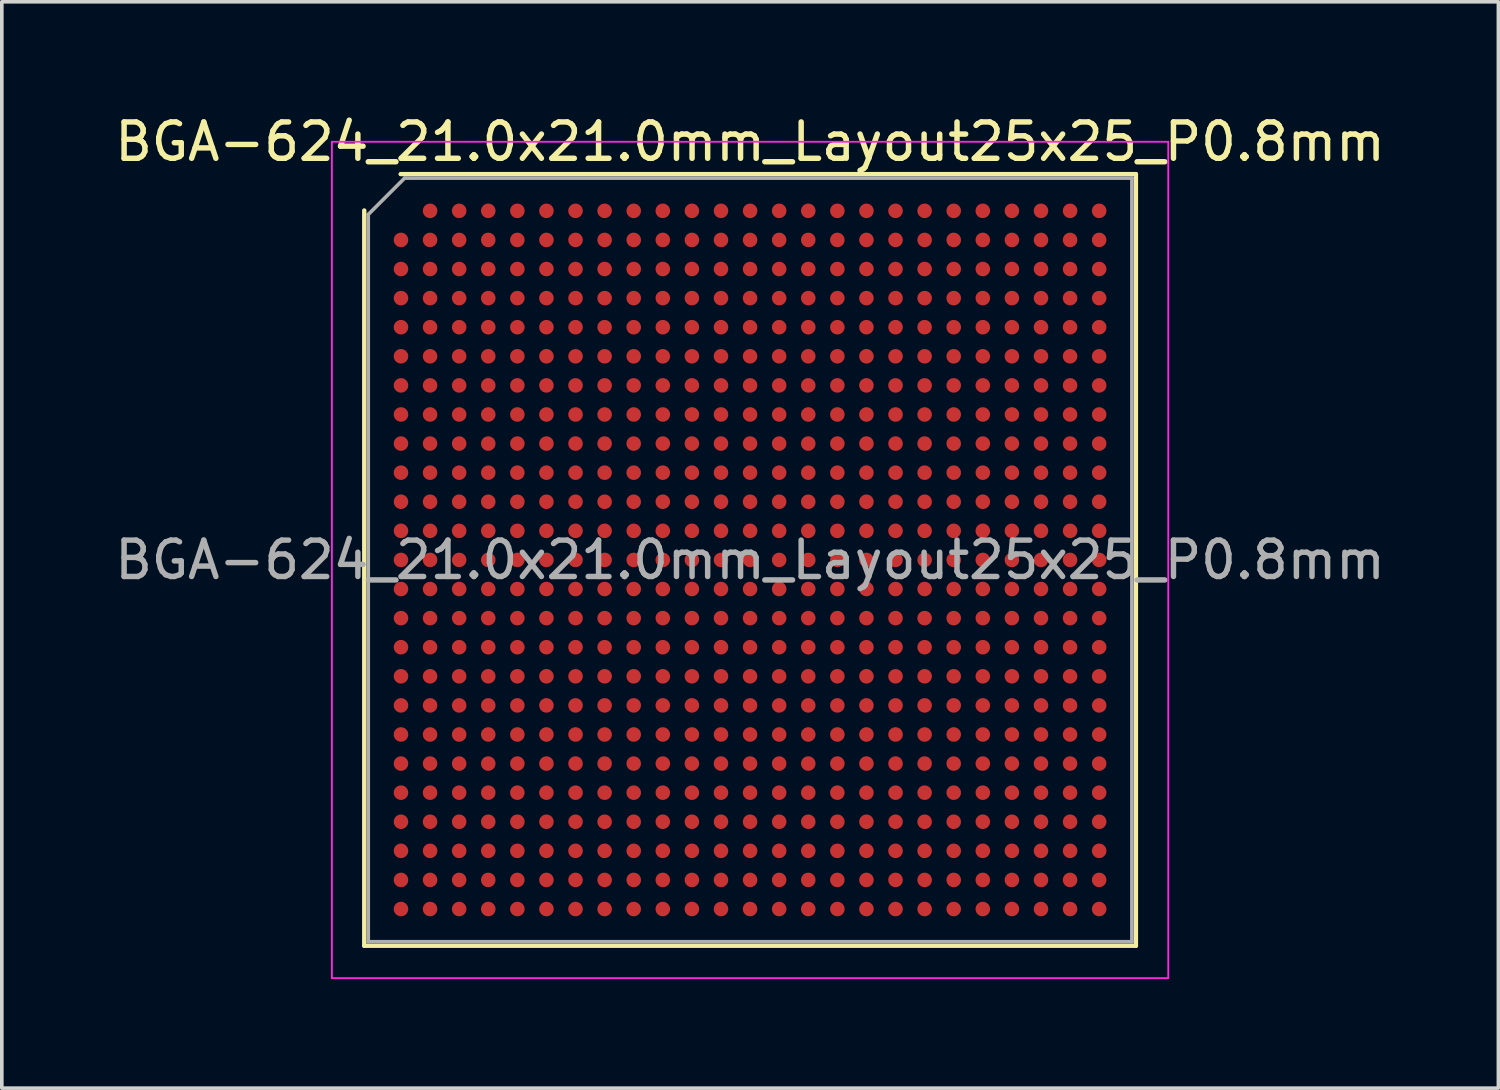
<source format=kicad_pcb>
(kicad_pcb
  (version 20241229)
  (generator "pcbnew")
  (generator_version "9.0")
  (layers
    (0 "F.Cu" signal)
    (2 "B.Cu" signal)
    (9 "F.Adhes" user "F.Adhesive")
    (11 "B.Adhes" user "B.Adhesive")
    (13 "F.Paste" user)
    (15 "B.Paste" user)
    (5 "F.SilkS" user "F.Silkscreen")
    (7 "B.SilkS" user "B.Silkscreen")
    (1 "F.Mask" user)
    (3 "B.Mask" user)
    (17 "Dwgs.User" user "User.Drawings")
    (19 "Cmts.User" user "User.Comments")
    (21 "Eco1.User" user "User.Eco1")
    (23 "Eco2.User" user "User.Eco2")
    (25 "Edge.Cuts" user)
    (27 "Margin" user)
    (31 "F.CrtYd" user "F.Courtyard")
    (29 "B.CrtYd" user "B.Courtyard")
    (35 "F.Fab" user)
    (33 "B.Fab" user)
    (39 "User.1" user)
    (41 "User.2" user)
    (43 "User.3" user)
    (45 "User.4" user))
  (footprint "BGA-624_21.0x21.0mm_Layout25x25_P0.8mm"
    (layer "F.Cu")
    (at 17.577 12.348)
    (property "Reference" "BGA-624_21.0x21.0mm_Layout25x25_P0.8mm" (at 0 -11.5 0) (layer "F.SilkS") (effects (font (size 1 1) (thickness 0.15))))
    (attr smd)
    (fp_line (start -10.61 10.61) (end -10.61 -9.61) (stroke (width 0.12) (type solid)) (layer "F.SilkS"))
    (fp_line (start -9.61 -10.61) (end 10.61 -10.61) (stroke (width 0.12) (type solid)) (layer "F.SilkS"))
    (fp_line (start 10.61 -10.61) (end 10.61 10.61) (stroke (width 0.12) (type solid)) (layer "F.SilkS"))
    (fp_line (start 10.61 10.61) (end -10.61 10.61) (stroke (width 0.12) (type solid)) (layer "F.SilkS"))
    (fp_line (start -11.5 -11.5) (end -11.5 11.5) (stroke (width 0.05) (type solid)) (layer "F.CrtYd"))
    (fp_line (start -11.5 11.5) (end 11.5 11.5) (stroke (width 0.05) (type solid)) (layer "F.CrtYd"))
    (fp_line (start 11.5 -11.5) (end -11.5 -11.5) (stroke (width 0.05) (type solid)) (layer "F.CrtYd"))
    (fp_line (start 11.5 11.5) (end 11.5 -11.5) (stroke (width 0.05) (type solid)) (layer "F.CrtYd"))
    (fp_line (start -10.5 -9.5) (end -9.5 -10.5) (stroke (width 0.1) (type solid)) (layer "F.Fab"))
    (fp_line (start -10.5 10.5) (end -10.5 -9.5) (stroke (width 0.1) (type solid)) (layer "F.Fab"))
    (fp_line (start -9.5 -10.5) (end 10.5 -10.5) (stroke (width 0.1) (type solid)) (layer "F.Fab"))
    (fp_line (start 10.5 -10.5) (end 10.5 10.5) (stroke (width 0.1) (type solid)) (layer "F.Fab"))
    (fp_line (start 10.5 10.5) (end -10.5 10.5) (stroke (width 0.1) (type solid)) (layer "F.Fab"))
    (fp_text user "${REFERENCE}" (at 0 0 0) (layer "F.Fab") (effects (font (size 1 1) (thickness 0.15))))
    (pad "A2" smd circle (at -8.8 -9.6) (size 0.4 0.4) (layers "F.Cu" "F.Mask" "F.Paste"))
    (pad "A3" smd circle (at -8 -9.6) (size 0.4 0.4) (layers "F.Cu" "F.Mask" "F.Paste"))
    (pad "A4" smd circle (at -7.2 -9.6) (size 0.4 0.4) (layers "F.Cu" "F.Mask" "F.Paste"))
    (pad "A5" smd circle (at -6.4 -9.6) (size 0.4 0.4) (layers "F.Cu" "F.Mask" "F.Paste"))
    (pad "A6" smd circle (at -5.6 -9.6) (size 0.4 0.4) (layers "F.Cu" "F.Mask" "F.Paste"))
    (pad "A7" smd circle (at -4.8 -9.6) (size 0.4 0.4) (layers "F.Cu" "F.Mask" "F.Paste"))
    (pad "A8" smd circle (at -4 -9.6) (size 0.4 0.4) (layers "F.Cu" "F.Mask" "F.Paste"))
    (pad "A9" smd circle (at -3.2 -9.6) (size 0.4 0.4) (layers "F.Cu" "F.Mask" "F.Paste"))
    (pad "A10" smd circle (at -2.4 -9.6) (size 0.4 0.4) (layers "F.Cu" "F.Mask" "F.Paste"))
    (pad "A11" smd circle (at -1.6 -9.6) (size 0.4 0.4) (layers "F.Cu" "F.Mask" "F.Paste"))
    (pad "A12" smd circle (at -0.8 -9.6) (size 0.4 0.4) (layers "F.Cu" "F.Mask" "F.Paste"))
    (pad "A13" smd circle (at 0 -9.6) (size 0.4 0.4) (layers "F.Cu" "F.Mask" "F.Paste"))
    (pad "A14" smd circle (at 0.8 -9.6) (size 0.4 0.4) (layers "F.Cu" "F.Mask" "F.Paste"))
    (pad "A15" smd circle (at 1.6 -9.6) (size 0.4 0.4) (layers "F.Cu" "F.Mask" "F.Paste"))
    (pad "A16" smd circle (at 2.4 -9.6) (size 0.4 0.4) (layers "F.Cu" "F.Mask" "F.Paste"))
    (pad "A17" smd circle (at 3.2 -9.6) (size 0.4 0.4) (layers "F.Cu" "F.Mask" "F.Paste"))
    (pad "A18" smd circle (at 4 -9.6) (size 0.4 0.4) (layers "F.Cu" "F.Mask" "F.Paste"))
    (pad "A19" smd circle (at 4.8 -9.6) (size 0.4 0.4) (layers "F.Cu" "F.Mask" "F.Paste"))
    (pad "A20" smd circle (at 5.6 -9.6) (size 0.4 0.4) (layers "F.Cu" "F.Mask" "F.Paste"))
    (pad "A21" smd circle (at 6.4 -9.6) (size 0.4 0.4) (layers "F.Cu" "F.Mask" "F.Paste"))
    (pad "A22" smd circle (at 7.2 -9.6) (size 0.4 0.4) (layers "F.Cu" "F.Mask" "F.Paste"))
    (pad "A23" smd circle (at 8 -9.6) (size 0.4 0.4) (layers "F.Cu" "F.Mask" "F.Paste"))
    (pad "A24" smd circle (at 8.8 -9.6) (size 0.4 0.4) (layers "F.Cu" "F.Mask" "F.Paste"))
    (pad "A25" smd circle (at 9.6 -9.6) (size 0.4 0.4) (layers "F.Cu" "F.Mask" "F.Paste"))
    (pad "AA1" smd circle (at -9.6 6.4) (size 0.4 0.4) (layers "F.Cu" "F.Mask" "F.Paste"))
    (pad "AA2" smd circle (at -8.8 6.4) (size 0.4 0.4) (layers "F.Cu" "F.Mask" "F.Paste"))
    (pad "AA3" smd circle (at -8 6.4) (size 0.4 0.4) (layers "F.Cu" "F.Mask" "F.Paste"))
    (pad "AA4" smd circle (at -7.2 6.4) (size 0.4 0.4) (layers "F.Cu" "F.Mask" "F.Paste"))
    (pad "AA5" smd circle (at -6.4 6.4) (size 0.4 0.4) (layers "F.Cu" "F.Mask" "F.Paste"))
    (pad "AA6" smd circle (at -5.6 6.4) (size 0.4 0.4) (layers "F.Cu" "F.Mask" "F.Paste"))
    (pad "AA7" smd circle (at -4.8 6.4) (size 0.4 0.4) (layers "F.Cu" "F.Mask" "F.Paste"))
    (pad "AA8" smd circle (at -4 6.4) (size 0.4 0.4) (layers "F.Cu" "F.Mask" "F.Paste"))
    (pad "AA9" smd circle (at -3.2 6.4) (size 0.4 0.4) (layers "F.Cu" "F.Mask" "F.Paste"))
    (pad "AA10" smd circle (at -2.4 6.4) (size 0.4 0.4) (layers "F.Cu" "F.Mask" "F.Paste"))
    (pad "AA11" smd circle (at -1.6 6.4) (size 0.4 0.4) (layers "F.Cu" "F.Mask" "F.Paste"))
    (pad "AA12" smd circle (at -0.8 6.4) (size 0.4 0.4) (layers "F.Cu" "F.Mask" "F.Paste"))
    (pad "AA13" smd circle (at 0 6.4) (size 0.4 0.4) (layers "F.Cu" "F.Mask" "F.Paste"))
    (pad "AA14" smd circle (at 0.8 6.4) (size 0.4 0.4) (layers "F.Cu" "F.Mask" "F.Paste"))
    (pad "AA15" smd circle (at 1.6 6.4) (size 0.4 0.4) (layers "F.Cu" "F.Mask" "F.Paste"))
    (pad "AA16" smd circle (at 2.4 6.4) (size 0.4 0.4) (layers "F.Cu" "F.Mask" "F.Paste"))
    (pad "AA17" smd circle (at 3.2 6.4) (size 0.4 0.4) (layers "F.Cu" "F.Mask" "F.Paste"))
    (pad "AA18" smd circle (at 4 6.4) (size 0.4 0.4) (layers "F.Cu" "F.Mask" "F.Paste"))
    (pad "AA19" smd circle (at 4.8 6.4) (size 0.4 0.4) (layers "F.Cu" "F.Mask" "F.Paste"))
    (pad "AA20" smd circle (at 5.6 6.4) (size 0.4 0.4) (layers "F.Cu" "F.Mask" "F.Paste"))
    (pad "AA21" smd circle (at 6.4 6.4) (size 0.4 0.4) (layers "F.Cu" "F.Mask" "F.Paste"))
    (pad "AA22" smd circle (at 7.2 6.4) (size 0.4 0.4) (layers "F.Cu" "F.Mask" "F.Paste"))
    (pad "AA23" smd circle (at 8 6.4) (size 0.4 0.4) (layers "F.Cu" "F.Mask" "F.Paste"))
    (pad "AA24" smd circle (at 8.8 6.4) (size 0.4 0.4) (layers "F.Cu" "F.Mask" "F.Paste"))
    (pad "AA25" smd circle (at 9.6 6.4) (size 0.4 0.4) (layers "F.Cu" "F.Mask" "F.Paste"))
    (pad "AB1" smd circle (at -9.6 7.2) (size 0.4 0.4) (layers "F.Cu" "F.Mask" "F.Paste"))
    (pad "AB2" smd circle (at -8.8 7.2) (size 0.4 0.4) (layers "F.Cu" "F.Mask" "F.Paste"))
    (pad "AB3" smd circle (at -8 7.2) (size 0.4 0.4) (layers "F.Cu" "F.Mask" "F.Paste"))
    (pad "AB4" smd circle (at -7.2 7.2) (size 0.4 0.4) (layers "F.Cu" "F.Mask" "F.Paste"))
    (pad "AB5" smd circle (at -6.4 7.2) (size 0.4 0.4) (layers "F.Cu" "F.Mask" "F.Paste"))
    (pad "AB6" smd circle (at -5.6 7.2) (size 0.4 0.4) (layers "F.Cu" "F.Mask" "F.Paste"))
    (pad "AB7" smd circle (at -4.8 7.2) (size 0.4 0.4) (layers "F.Cu" "F.Mask" "F.Paste"))
    (pad "AB8" smd circle (at -4 7.2) (size 0.4 0.4) (layers "F.Cu" "F.Mask" "F.Paste"))
    (pad "AB9" smd circle (at -3.2 7.2) (size 0.4 0.4) (layers "F.Cu" "F.Mask" "F.Paste"))
    (pad "AB10" smd circle (at -2.4 7.2) (size 0.4 0.4) (layers "F.Cu" "F.Mask" "F.Paste"))
    (pad "AB11" smd circle (at -1.6 7.2) (size 0.4 0.4) (layers "F.Cu" "F.Mask" "F.Paste"))
    (pad "AB12" smd circle (at -0.8 7.2) (size 0.4 0.4) (layers "F.Cu" "F.Mask" "F.Paste"))
    (pad "AB13" smd circle (at 0 7.2) (size 0.4 0.4) (layers "F.Cu" "F.Mask" "F.Paste"))
    (pad "AB14" smd circle (at 0.8 7.2) (size 0.4 0.4) (layers "F.Cu" "F.Mask" "F.Paste"))
    (pad "AB15" smd circle (at 1.6 7.2) (size 0.4 0.4) (layers "F.Cu" "F.Mask" "F.Paste"))
    (pad "AB16" smd circle (at 2.4 7.2) (size 0.4 0.4) (layers "F.Cu" "F.Mask" "F.Paste"))
    (pad "AB17" smd circle (at 3.2 7.2) (size 0.4 0.4) (layers "F.Cu" "F.Mask" "F.Paste"))
    (pad "AB18" smd circle (at 4 7.2) (size 0.4 0.4) (layers "F.Cu" "F.Mask" "F.Paste"))
    (pad "AB19" smd circle (at 4.8 7.2) (size 0.4 0.4) (layers "F.Cu" "F.Mask" "F.Paste"))
    (pad "AB20" smd circle (at 5.6 7.2) (size 0.4 0.4) (layers "F.Cu" "F.Mask" "F.Paste"))
    (pad "AB21" smd circle (at 6.4 7.2) (size 0.4 0.4) (layers "F.Cu" "F.Mask" "F.Paste"))
    (pad "AB22" smd circle (at 7.2 7.2) (size 0.4 0.4) (layers "F.Cu" "F.Mask" "F.Paste"))
    (pad "AB23" smd circle (at 8 7.2) (size 0.4 0.4) (layers "F.Cu" "F.Mask" "F.Paste"))
    (pad "AB24" smd circle (at 8.8 7.2) (size 0.4 0.4) (layers "F.Cu" "F.Mask" "F.Paste"))
    (pad "AB25" smd circle (at 9.6 7.2) (size 0.4 0.4) (layers "F.Cu" "F.Mask" "F.Paste"))
    (pad "AC1" smd circle (at -9.6 8) (size 0.4 0.4) (layers "F.Cu" "F.Mask" "F.Paste"))
    (pad "AC2" smd circle (at -8.8 8) (size 0.4 0.4) (layers "F.Cu" "F.Mask" "F.Paste"))
    (pad "AC3" smd circle (at -8 8) (size 0.4 0.4) (layers "F.Cu" "F.Mask" "F.Paste"))
    (pad "AC4" smd circle (at -7.2 8) (size 0.4 0.4) (layers "F.Cu" "F.Mask" "F.Paste"))
    (pad "AC5" smd circle (at -6.4 8) (size 0.4 0.4) (layers "F.Cu" "F.Mask" "F.Paste"))
    (pad "AC6" smd circle (at -5.6 8) (size 0.4 0.4) (layers "F.Cu" "F.Mask" "F.Paste"))
    (pad "AC7" smd circle (at -4.8 8) (size 0.4 0.4) (layers "F.Cu" "F.Mask" "F.Paste"))
    (pad "AC8" smd circle (at -4 8) (size 0.4 0.4) (layers "F.Cu" "F.Mask" "F.Paste"))
    (pad "AC9" smd circle (at -3.2 8) (size 0.4 0.4) (layers "F.Cu" "F.Mask" "F.Paste"))
    (pad "AC10" smd circle (at -2.4 8) (size 0.4 0.4) (layers "F.Cu" "F.Mask" "F.Paste"))
    (pad "AC11" smd circle (at -1.6 8) (size 0.4 0.4) (layers "F.Cu" "F.Mask" "F.Paste"))
    (pad "AC12" smd circle (at -0.8 8) (size 0.4 0.4) (layers "F.Cu" "F.Mask" "F.Paste"))
    (pad "AC13" smd circle (at 0 8) (size 0.4 0.4) (layers "F.Cu" "F.Mask" "F.Paste"))
    (pad "AC14" smd circle (at 0.8 8) (size 0.4 0.4) (layers "F.Cu" "F.Mask" "F.Paste"))
    (pad "AC15" smd circle (at 1.6 8) (size 0.4 0.4) (layers "F.Cu" "F.Mask" "F.Paste"))
    (pad "AC16" smd circle (at 2.4 8) (size 0.4 0.4) (layers "F.Cu" "F.Mask" "F.Paste"))
    (pad "AC17" smd circle (at 3.2 8) (size 0.4 0.4) (layers "F.Cu" "F.Mask" "F.Paste"))
    (pad "AC18" smd circle (at 4 8) (size 0.4 0.4) (layers "F.Cu" "F.Mask" "F.Paste"))
    (pad "AC19" smd circle (at 4.8 8) (size 0.4 0.4) (layers "F.Cu" "F.Mask" "F.Paste"))
    (pad "AC20" smd circle (at 5.6 8) (size 0.4 0.4) (layers "F.Cu" "F.Mask" "F.Paste"))
    (pad "AC21" smd circle (at 6.4 8) (size 0.4 0.4) (layers "F.Cu" "F.Mask" "F.Paste"))
    (pad "AC22" smd circle (at 7.2 8) (size 0.4 0.4) (layers "F.Cu" "F.Mask" "F.Paste"))
    (pad "AC23" smd circle (at 8 8) (size 0.4 0.4) (layers "F.Cu" "F.Mask" "F.Paste"))
    (pad "AC24" smd circle (at 8.8 8) (size 0.4 0.4) (layers "F.Cu" "F.Mask" "F.Paste"))
    (pad "AC25" smd circle (at 9.6 8) (size 0.4 0.4) (layers "F.Cu" "F.Mask" "F.Paste"))
    (pad "AD1" smd circle (at -9.6 8.8) (size 0.4 0.4) (layers "F.Cu" "F.Mask" "F.Paste"))
    (pad "AD2" smd circle (at -8.8 8.8) (size 0.4 0.4) (layers "F.Cu" "F.Mask" "F.Paste"))
    (pad "AD3" smd circle (at -8 8.8) (size 0.4 0.4) (layers "F.Cu" "F.Mask" "F.Paste"))
    (pad "AD4" smd circle (at -7.2 8.8) (size 0.4 0.4) (layers "F.Cu" "F.Mask" "F.Paste"))
    (pad "AD5" smd circle (at -6.4 8.8) (size 0.4 0.4) (layers "F.Cu" "F.Mask" "F.Paste"))
    (pad "AD6" smd circle (at -5.6 8.8) (size 0.4 0.4) (layers "F.Cu" "F.Mask" "F.Paste"))
    (pad "AD7" smd circle (at -4.8 8.8) (size 0.4 0.4) (layers "F.Cu" "F.Mask" "F.Paste"))
    (pad "AD8" smd circle (at -4 8.8) (size 0.4 0.4) (layers "F.Cu" "F.Mask" "F.Paste"))
    (pad "AD9" smd circle (at -3.2 8.8) (size 0.4 0.4) (layers "F.Cu" "F.Mask" "F.Paste"))
    (pad "AD10" smd circle (at -2.4 8.8) (size 0.4 0.4) (layers "F.Cu" "F.Mask" "F.Paste"))
    (pad "AD11" smd circle (at -1.6 8.8) (size 0.4 0.4) (layers "F.Cu" "F.Mask" "F.Paste"))
    (pad "AD12" smd circle (at -0.8 8.8) (size 0.4 0.4) (layers "F.Cu" "F.Mask" "F.Paste"))
    (pad "AD13" smd circle (at 0 8.8) (size 0.4 0.4) (layers "F.Cu" "F.Mask" "F.Paste"))
    (pad "AD14" smd circle (at 0.8 8.8) (size 0.4 0.4) (layers "F.Cu" "F.Mask" "F.Paste"))
    (pad "AD15" smd circle (at 1.6 8.8) (size 0.4 0.4) (layers "F.Cu" "F.Mask" "F.Paste"))
    (pad "AD16" smd circle (at 2.4 8.8) (size 0.4 0.4) (layers "F.Cu" "F.Mask" "F.Paste"))
    (pad "AD17" smd circle (at 3.2 8.8) (size 0.4 0.4) (layers "F.Cu" "F.Mask" "F.Paste"))
    (pad "AD18" smd circle (at 4 8.8) (size 0.4 0.4) (layers "F.Cu" "F.Mask" "F.Paste"))
    (pad "AD19" smd circle (at 4.8 8.8) (size 0.4 0.4) (layers "F.Cu" "F.Mask" "F.Paste"))
    (pad "AD20" smd circle (at 5.6 8.8) (size 0.4 0.4) (layers "F.Cu" "F.Mask" "F.Paste"))
    (pad "AD21" smd circle (at 6.4 8.8) (size 0.4 0.4) (layers "F.Cu" "F.Mask" "F.Paste"))
    (pad "AD22" smd circle (at 7.2 8.8) (size 0.4 0.4) (layers "F.Cu" "F.Mask" "F.Paste"))
    (pad "AD23" smd circle (at 8 8.8) (size 0.4 0.4) (layers "F.Cu" "F.Mask" "F.Paste"))
    (pad "AD24" smd circle (at 8.8 8.8) (size 0.4 0.4) (layers "F.Cu" "F.Mask" "F.Paste"))
    (pad "AD25" smd circle (at 9.6 8.8) (size 0.4 0.4) (layers "F.Cu" "F.Mask" "F.Paste"))
    (pad "AE1" smd circle (at -9.6 9.6) (size 0.4 0.4) (layers "F.Cu" "F.Mask" "F.Paste"))
    (pad "AE2" smd circle (at -8.8 9.6) (size 0.4 0.4) (layers "F.Cu" "F.Mask" "F.Paste"))
    (pad "AE3" smd circle (at -8 9.6) (size 0.4 0.4) (layers "F.Cu" "F.Mask" "F.Paste"))
    (pad "AE4" smd circle (at -7.2 9.6) (size 0.4 0.4) (layers "F.Cu" "F.Mask" "F.Paste"))
    (pad "AE5" smd circle (at -6.4 9.6) (size 0.4 0.4) (layers "F.Cu" "F.Mask" "F.Paste"))
    (pad "AE6" smd circle (at -5.6 9.6) (size 0.4 0.4) (layers "F.Cu" "F.Mask" "F.Paste"))
    (pad "AE7" smd circle (at -4.8 9.6) (size 0.4 0.4) (layers "F.Cu" "F.Mask" "F.Paste"))
    (pad "AE8" smd circle (at -4 9.6) (size 0.4 0.4) (layers "F.Cu" "F.Mask" "F.Paste"))
    (pad "AE9" smd circle (at -3.2 9.6) (size 0.4 0.4) (layers "F.Cu" "F.Mask" "F.Paste"))
    (pad "AE10" smd circle (at -2.4 9.6) (size 0.4 0.4) (layers "F.Cu" "F.Mask" "F.Paste"))
    (pad "AE11" smd circle (at -1.6 9.6) (size 0.4 0.4) (layers "F.Cu" "F.Mask" "F.Paste"))
    (pad "AE12" smd circle (at -0.8 9.6) (size 0.4 0.4) (layers "F.Cu" "F.Mask" "F.Paste"))
    (pad "AE13" smd circle (at 0 9.6) (size 0.4 0.4) (layers "F.Cu" "F.Mask" "F.Paste"))
    (pad "AE14" smd circle (at 0.8 9.6) (size 0.4 0.4) (layers "F.Cu" "F.Mask" "F.Paste"))
    (pad "AE15" smd circle (at 1.6 9.6) (size 0.4 0.4) (layers "F.Cu" "F.Mask" "F.Paste"))
    (pad "AE16" smd circle (at 2.4 9.6) (size 0.4 0.4) (layers "F.Cu" "F.Mask" "F.Paste"))
    (pad "AE17" smd circle (at 3.2 9.6) (size 0.4 0.4) (layers "F.Cu" "F.Mask" "F.Paste"))
    (pad "AE18" smd circle (at 4 9.6) (size 0.4 0.4) (layers "F.Cu" "F.Mask" "F.Paste"))
    (pad "AE19" smd circle (at 4.8 9.6) (size 0.4 0.4) (layers "F.Cu" "F.Mask" "F.Paste"))
    (pad "AE20" smd circle (at 5.6 9.6) (size 0.4 0.4) (layers "F.Cu" "F.Mask" "F.Paste"))
    (pad "AE21" smd circle (at 6.4 9.6) (size 0.4 0.4) (layers "F.Cu" "F.Mask" "F.Paste"))
    (pad "AE22" smd circle (at 7.2 9.6) (size 0.4 0.4) (layers "F.Cu" "F.Mask" "F.Paste"))
    (pad "AE23" smd circle (at 8 9.6) (size 0.4 0.4) (layers "F.Cu" "F.Mask" "F.Paste"))
    (pad "AE24" smd circle (at 8.8 9.6) (size 0.4 0.4) (layers "F.Cu" "F.Mask" "F.Paste"))
    (pad "AE25" smd circle (at 9.6 9.6) (size 0.4 0.4) (layers "F.Cu" "F.Mask" "F.Paste"))
    (pad "B1" smd circle (at -9.6 -8.8) (size 0.4 0.4) (layers "F.Cu" "F.Mask" "F.Paste"))
    (pad "B2" smd circle (at -8.8 -8.8) (size 0.4 0.4) (layers "F.Cu" "F.Mask" "F.Paste"))
    (pad "B3" smd circle (at -8 -8.8) (size 0.4 0.4) (layers "F.Cu" "F.Mask" "F.Paste"))
    (pad "B4" smd circle (at -7.2 -8.8) (size 0.4 0.4) (layers "F.Cu" "F.Mask" "F.Paste"))
    (pad "B5" smd circle (at -6.4 -8.8) (size 0.4 0.4) (layers "F.Cu" "F.Mask" "F.Paste"))
    (pad "B6" smd circle (at -5.6 -8.8) (size 0.4 0.4) (layers "F.Cu" "F.Mask" "F.Paste"))
    (pad "B7" smd circle (at -4.8 -8.8) (size 0.4 0.4) (layers "F.Cu" "F.Mask" "F.Paste"))
    (pad "B8" smd circle (at -4 -8.8) (size 0.4 0.4) (layers "F.Cu" "F.Mask" "F.Paste"))
    (pad "B9" smd circle (at -3.2 -8.8) (size 0.4 0.4) (layers "F.Cu" "F.Mask" "F.Paste"))
    (pad "B10" smd circle (at -2.4 -8.8) (size 0.4 0.4) (layers "F.Cu" "F.Mask" "F.Paste"))
    (pad "B11" smd circle (at -1.6 -8.8) (size 0.4 0.4) (layers "F.Cu" "F.Mask" "F.Paste"))
    (pad "B12" smd circle (at -0.8 -8.8) (size 0.4 0.4) (layers "F.Cu" "F.Mask" "F.Paste"))
    (pad "B13" smd circle (at 0 -8.8) (size 0.4 0.4) (layers "F.Cu" "F.Mask" "F.Paste"))
    (pad "B14" smd circle (at 0.8 -8.8) (size 0.4 0.4) (layers "F.Cu" "F.Mask" "F.Paste"))
    (pad "B15" smd circle (at 1.6 -8.8) (size 0.4 0.4) (layers "F.Cu" "F.Mask" "F.Paste"))
    (pad "B16" smd circle (at 2.4 -8.8) (size 0.4 0.4) (layers "F.Cu" "F.Mask" "F.Paste"))
    (pad "B17" smd circle (at 3.2 -8.8) (size 0.4 0.4) (layers "F.Cu" "F.Mask" "F.Paste"))
    (pad "B18" smd circle (at 4 -8.8) (size 0.4 0.4) (layers "F.Cu" "F.Mask" "F.Paste"))
    (pad "B19" smd circle (at 4.8 -8.8) (size 0.4 0.4) (layers "F.Cu" "F.Mask" "F.Paste"))
    (pad "B20" smd circle (at 5.6 -8.8) (size 0.4 0.4) (layers "F.Cu" "F.Mask" "F.Paste"))
    (pad "B21" smd circle (at 6.4 -8.8) (size 0.4 0.4) (layers "F.Cu" "F.Mask" "F.Paste"))
    (pad "B22" smd circle (at 7.2 -8.8) (size 0.4 0.4) (layers "F.Cu" "F.Mask" "F.Paste"))
    (pad "B23" smd circle (at 8 -8.8) (size 0.4 0.4) (layers "F.Cu" "F.Mask" "F.Paste"))
    (pad "B24" smd circle (at 8.8 -8.8) (size 0.4 0.4) (layers "F.Cu" "F.Mask" "F.Paste"))
    (pad "B25" smd circle (at 9.6 -8.8) (size 0.4 0.4) (layers "F.Cu" "F.Mask" "F.Paste"))
    (pad "C1" smd circle (at -9.6 -8) (size 0.4 0.4) (layers "F.Cu" "F.Mask" "F.Paste"))
    (pad "C2" smd circle (at -8.8 -8) (size 0.4 0.4) (layers "F.Cu" "F.Mask" "F.Paste"))
    (pad "C3" smd circle (at -8 -8) (size 0.4 0.4) (layers "F.Cu" "F.Mask" "F.Paste"))
    (pad "C4" smd circle (at -7.2 -8) (size 0.4 0.4) (layers "F.Cu" "F.Mask" "F.Paste"))
    (pad "C5" smd circle (at -6.4 -8) (size 0.4 0.4) (layers "F.Cu" "F.Mask" "F.Paste"))
    (pad "C6" smd circle (at -5.6 -8) (size 0.4 0.4) (layers "F.Cu" "F.Mask" "F.Paste"))
    (pad "C7" smd circle (at -4.8 -8) (size 0.4 0.4) (layers "F.Cu" "F.Mask" "F.Paste"))
    (pad "C8" smd circle (at -4 -8) (size 0.4 0.4) (layers "F.Cu" "F.Mask" "F.Paste"))
    (pad "C9" smd circle (at -3.2 -8) (size 0.4 0.4) (layers "F.Cu" "F.Mask" "F.Paste"))
    (pad "C10" smd circle (at -2.4 -8) (size 0.4 0.4) (layers "F.Cu" "F.Mask" "F.Paste"))
    (pad "C11" smd circle (at -1.6 -8) (size 0.4 0.4) (layers "F.Cu" "F.Mask" "F.Paste"))
    (pad "C12" smd circle (at -0.8 -8) (size 0.4 0.4) (layers "F.Cu" "F.Mask" "F.Paste"))
    (pad "C13" smd circle (at 0 -8) (size 0.4 0.4) (layers "F.Cu" "F.Mask" "F.Paste"))
    (pad "C14" smd circle (at 0.8 -8) (size 0.4 0.4) (layers "F.Cu" "F.Mask" "F.Paste"))
    (pad "C15" smd circle (at 1.6 -8) (size 0.4 0.4) (layers "F.Cu" "F.Mask" "F.Paste"))
    (pad "C16" smd circle (at 2.4 -8) (size 0.4 0.4) (layers "F.Cu" "F.Mask" "F.Paste"))
    (pad "C17" smd circle (at 3.2 -8) (size 0.4 0.4) (layers "F.Cu" "F.Mask" "F.Paste"))
    (pad "C18" smd circle (at 4 -8) (size 0.4 0.4) (layers "F.Cu" "F.Mask" "F.Paste"))
    (pad "C19" smd circle (at 4.8 -8) (size 0.4 0.4) (layers "F.Cu" "F.Mask" "F.Paste"))
    (pad "C20" smd circle (at 5.6 -8) (size 0.4 0.4) (layers "F.Cu" "F.Mask" "F.Paste"))
    (pad "C21" smd circle (at 6.4 -8) (size 0.4 0.4) (layers "F.Cu" "F.Mask" "F.Paste"))
    (pad "C22" smd circle (at 7.2 -8) (size 0.4 0.4) (layers "F.Cu" "F.Mask" "F.Paste"))
    (pad "C23" smd circle (at 8 -8) (size 0.4 0.4) (layers "F.Cu" "F.Mask" "F.Paste"))
    (pad "C24" smd circle (at 8.8 -8) (size 0.4 0.4) (layers "F.Cu" "F.Mask" "F.Paste"))
    (pad "C25" smd circle (at 9.6 -8) (size 0.4 0.4) (layers "F.Cu" "F.Mask" "F.Paste"))
    (pad "D1" smd circle (at -9.6 -7.2) (size 0.4 0.4) (layers "F.Cu" "F.Mask" "F.Paste"))
    (pad "D2" smd circle (at -8.8 -7.2) (size 0.4 0.4) (layers "F.Cu" "F.Mask" "F.Paste"))
    (pad "D3" smd circle (at -8 -7.2) (size 0.4 0.4) (layers "F.Cu" "F.Mask" "F.Paste"))
    (pad "D4" smd circle (at -7.2 -7.2) (size 0.4 0.4) (layers "F.Cu" "F.Mask" "F.Paste"))
    (pad "D5" smd circle (at -6.4 -7.2) (size 0.4 0.4) (layers "F.Cu" "F.Mask" "F.Paste"))
    (pad "D6" smd circle (at -5.6 -7.2) (size 0.4 0.4) (layers "F.Cu" "F.Mask" "F.Paste"))
    (pad "D7" smd circle (at -4.8 -7.2) (size 0.4 0.4) (layers "F.Cu" "F.Mask" "F.Paste"))
    (pad "D8" smd circle (at -4 -7.2) (size 0.4 0.4) (layers "F.Cu" "F.Mask" "F.Paste"))
    (pad "D9" smd circle (at -3.2 -7.2) (size 0.4 0.4) (layers "F.Cu" "F.Mask" "F.Paste"))
    (pad "D10" smd circle (at -2.4 -7.2) (size 0.4 0.4) (layers "F.Cu" "F.Mask" "F.Paste"))
    (pad "D11" smd circle (at -1.6 -7.2) (size 0.4 0.4) (layers "F.Cu" "F.Mask" "F.Paste"))
    (pad "D12" smd circle (at -0.8 -7.2) (size 0.4 0.4) (layers "F.Cu" "F.Mask" "F.Paste"))
    (pad "D13" smd circle (at 0 -7.2) (size 0.4 0.4) (layers "F.Cu" "F.Mask" "F.Paste"))
    (pad "D14" smd circle (at 0.8 -7.2) (size 0.4 0.4) (layers "F.Cu" "F.Mask" "F.Paste"))
    (pad "D15" smd circle (at 1.6 -7.2) (size 0.4 0.4) (layers "F.Cu" "F.Mask" "F.Paste"))
    (pad "D16" smd circle (at 2.4 -7.2) (size 0.4 0.4) (layers "F.Cu" "F.Mask" "F.Paste"))
    (pad "D17" smd circle (at 3.2 -7.2) (size 0.4 0.4) (layers "F.Cu" "F.Mask" "F.Paste"))
    (pad "D18" smd circle (at 4 -7.2) (size 0.4 0.4) (layers "F.Cu" "F.Mask" "F.Paste"))
    (pad "D19" smd circle (at 4.8 -7.2) (size 0.4 0.4) (layers "F.Cu" "F.Mask" "F.Paste"))
    (pad "D20" smd circle (at 5.6 -7.2) (size 0.4 0.4) (layers "F.Cu" "F.Mask" "F.Paste"))
    (pad "D21" smd circle (at 6.4 -7.2) (size 0.4 0.4) (layers "F.Cu" "F.Mask" "F.Paste"))
    (pad "D22" smd circle (at 7.2 -7.2) (size 0.4 0.4) (layers "F.Cu" "F.Mask" "F.Paste"))
    (pad "D23" smd circle (at 8 -7.2) (size 0.4 0.4) (layers "F.Cu" "F.Mask" "F.Paste"))
    (pad "D24" smd circle (at 8.8 -7.2) (size 0.4 0.4) (layers "F.Cu" "F.Mask" "F.Paste"))
    (pad "D25" smd circle (at 9.6 -7.2) (size 0.4 0.4) (layers "F.Cu" "F.Mask" "F.Paste"))
    (pad "E1" smd circle (at -9.6 -6.4) (size 0.4 0.4) (layers "F.Cu" "F.Mask" "F.Paste"))
    (pad "E2" smd circle (at -8.8 -6.4) (size 0.4 0.4) (layers "F.Cu" "F.Mask" "F.Paste"))
    (pad "E3" smd circle (at -8 -6.4) (size 0.4 0.4) (layers "F.Cu" "F.Mask" "F.Paste"))
    (pad "E4" smd circle (at -7.2 -6.4) (size 0.4 0.4) (layers "F.Cu" "F.Mask" "F.Paste"))
    (pad "E5" smd circle (at -6.4 -6.4) (size 0.4 0.4) (layers "F.Cu" "F.Mask" "F.Paste"))
    (pad "E6" smd circle (at -5.6 -6.4) (size 0.4 0.4) (layers "F.Cu" "F.Mask" "F.Paste"))
    (pad "E7" smd circle (at -4.8 -6.4) (size 0.4 0.4) (layers "F.Cu" "F.Mask" "F.Paste"))
    (pad "E8" smd circle (at -4 -6.4) (size 0.4 0.4) (layers "F.Cu" "F.Mask" "F.Paste"))
    (pad "E9" smd circle (at -3.2 -6.4) (size 0.4 0.4) (layers "F.Cu" "F.Mask" "F.Paste"))
    (pad "E10" smd circle (at -2.4 -6.4) (size 0.4 0.4) (layers "F.Cu" "F.Mask" "F.Paste"))
    (pad "E11" smd circle (at -1.6 -6.4) (size 0.4 0.4) (layers "F.Cu" "F.Mask" "F.Paste"))
    (pad "E12" smd circle (at -0.8 -6.4) (size 0.4 0.4) (layers "F.Cu" "F.Mask" "F.Paste"))
    (pad "E13" smd circle (at 0 -6.4) (size 0.4 0.4) (layers "F.Cu" "F.Mask" "F.Paste"))
    (pad "E14" smd circle (at 0.8 -6.4) (size 0.4 0.4) (layers "F.Cu" "F.Mask" "F.Paste"))
    (pad "E15" smd circle (at 1.6 -6.4) (size 0.4 0.4) (layers "F.Cu" "F.Mask" "F.Paste"))
    (pad "E16" smd circle (at 2.4 -6.4) (size 0.4 0.4) (layers "F.Cu" "F.Mask" "F.Paste"))
    (pad "E17" smd circle (at 3.2 -6.4) (size 0.4 0.4) (layers "F.Cu" "F.Mask" "F.Paste"))
    (pad "E18" smd circle (at 4 -6.4) (size 0.4 0.4) (layers "F.Cu" "F.Mask" "F.Paste"))
    (pad "E19" smd circle (at 4.8 -6.4) (size 0.4 0.4) (layers "F.Cu" "F.Mask" "F.Paste"))
    (pad "E20" smd circle (at 5.6 -6.4) (size 0.4 0.4) (layers "F.Cu" "F.Mask" "F.Paste"))
    (pad "E21" smd circle (at 6.4 -6.4) (size 0.4 0.4) (layers "F.Cu" "F.Mask" "F.Paste"))
    (pad "E22" smd circle (at 7.2 -6.4) (size 0.4 0.4) (layers "F.Cu" "F.Mask" "F.Paste"))
    (pad "E23" smd circle (at 8 -6.4) (size 0.4 0.4) (layers "F.Cu" "F.Mask" "F.Paste"))
    (pad "E24" smd circle (at 8.8 -6.4) (size 0.4 0.4) (layers "F.Cu" "F.Mask" "F.Paste"))
    (pad "E25" smd circle (at 9.6 -6.4) (size 0.4 0.4) (layers "F.Cu" "F.Mask" "F.Paste"))
    (pad "F1" smd circle (at -9.6 -5.6) (size 0.4 0.4) (layers "F.Cu" "F.Mask" "F.Paste"))
    (pad "F2" smd circle (at -8.8 -5.6) (size 0.4 0.4) (layers "F.Cu" "F.Mask" "F.Paste"))
    (pad "F3" smd circle (at -8 -5.6) (size 0.4 0.4) (layers "F.Cu" "F.Mask" "F.Paste"))
    (pad "F4" smd circle (at -7.2 -5.6) (size 0.4 0.4) (layers "F.Cu" "F.Mask" "F.Paste"))
    (pad "F5" smd circle (at -6.4 -5.6) (size 0.4 0.4) (layers "F.Cu" "F.Mask" "F.Paste"))
    (pad "F6" smd circle (at -5.6 -5.6) (size 0.4 0.4) (layers "F.Cu" "F.Mask" "F.Paste"))
    (pad "F7" smd circle (at -4.8 -5.6) (size 0.4 0.4) (layers "F.Cu" "F.Mask" "F.Paste"))
    (pad "F8" smd circle (at -4 -5.6) (size 0.4 0.4) (layers "F.Cu" "F.Mask" "F.Paste"))
    (pad "F9" smd circle (at -3.2 -5.6) (size 0.4 0.4) (layers "F.Cu" "F.Mask" "F.Paste"))
    (pad "F10" smd circle (at -2.4 -5.6) (size 0.4 0.4) (layers "F.Cu" "F.Mask" "F.Paste"))
    (pad "F11" smd circle (at -1.6 -5.6) (size 0.4 0.4) (layers "F.Cu" "F.Mask" "F.Paste"))
    (pad "F12" smd circle (at -0.8 -5.6) (size 0.4 0.4) (layers "F.Cu" "F.Mask" "F.Paste"))
    (pad "F13" smd circle (at 0 -5.6) (size 0.4 0.4) (layers "F.Cu" "F.Mask" "F.Paste"))
    (pad "F14" smd circle (at 0.8 -5.6) (size 0.4 0.4) (layers "F.Cu" "F.Mask" "F.Paste"))
    (pad "F15" smd circle (at 1.6 -5.6) (size 0.4 0.4) (layers "F.Cu" "F.Mask" "F.Paste"))
    (pad "F16" smd circle (at 2.4 -5.6) (size 0.4 0.4) (layers "F.Cu" "F.Mask" "F.Paste"))
    (pad "F17" smd circle (at 3.2 -5.6) (size 0.4 0.4) (layers "F.Cu" "F.Mask" "F.Paste"))
    (pad "F18" smd circle (at 4 -5.6) (size 0.4 0.4) (layers "F.Cu" "F.Mask" "F.Paste"))
    (pad "F19" smd circle (at 4.8 -5.6) (size 0.4 0.4) (layers "F.Cu" "F.Mask" "F.Paste"))
    (pad "F20" smd circle (at 5.6 -5.6) (size 0.4 0.4) (layers "F.Cu" "F.Mask" "F.Paste"))
    (pad "F21" smd circle (at 6.4 -5.6) (size 0.4 0.4) (layers "F.Cu" "F.Mask" "F.Paste"))
    (pad "F22" smd circle (at 7.2 -5.6) (size 0.4 0.4) (layers "F.Cu" "F.Mask" "F.Paste"))
    (pad "F23" smd circle (at 8 -5.6) (size 0.4 0.4) (layers "F.Cu" "F.Mask" "F.Paste"))
    (pad "F24" smd circle (at 8.8 -5.6) (size 0.4 0.4) (layers "F.Cu" "F.Mask" "F.Paste"))
    (pad "F25" smd circle (at 9.6 -5.6) (size 0.4 0.4) (layers "F.Cu" "F.Mask" "F.Paste"))
    (pad "G1" smd circle (at -9.6 -4.8) (size 0.4 0.4) (layers "F.Cu" "F.Mask" "F.Paste"))
    (pad "G2" smd circle (at -8.8 -4.8) (size 0.4 0.4) (layers "F.Cu" "F.Mask" "F.Paste"))
    (pad "G3" smd circle (at -8 -4.8) (size 0.4 0.4) (layers "F.Cu" "F.Mask" "F.Paste"))
    (pad "G4" smd circle (at -7.2 -4.8) (size 0.4 0.4) (layers "F.Cu" "F.Mask" "F.Paste"))
    (pad "G5" smd circle (at -6.4 -4.8) (size 0.4 0.4) (layers "F.Cu" "F.Mask" "F.Paste"))
    (pad "G6" smd circle (at -5.6 -4.8) (size 0.4 0.4) (layers "F.Cu" "F.Mask" "F.Paste"))
    (pad "G7" smd circle (at -4.8 -4.8) (size 0.4 0.4) (layers "F.Cu" "F.Mask" "F.Paste"))
    (pad "G8" smd circle (at -4 -4.8) (size 0.4 0.4) (layers "F.Cu" "F.Mask" "F.Paste"))
    (pad "G9" smd circle (at -3.2 -4.8) (size 0.4 0.4) (layers "F.Cu" "F.Mask" "F.Paste"))
    (pad "G10" smd circle (at -2.4 -4.8) (size 0.4 0.4) (layers "F.Cu" "F.Mask" "F.Paste"))
    (pad "G11" smd circle (at -1.6 -4.8) (size 0.4 0.4) (layers "F.Cu" "F.Mask" "F.Paste"))
    (pad "G12" smd circle (at -0.8 -4.8) (size 0.4 0.4) (layers "F.Cu" "F.Mask" "F.Paste"))
    (pad "G13" smd circle (at 0 -4.8) (size 0.4 0.4) (layers "F.Cu" "F.Mask" "F.Paste"))
    (pad "G14" smd circle (at 0.8 -4.8) (size 0.4 0.4) (layers "F.Cu" "F.Mask" "F.Paste"))
    (pad "G15" smd circle (at 1.6 -4.8) (size 0.4 0.4) (layers "F.Cu" "F.Mask" "F.Paste"))
    (pad "G16" smd circle (at 2.4 -4.8) (size 0.4 0.4) (layers "F.Cu" "F.Mask" "F.Paste"))
    (pad "G17" smd circle (at 3.2 -4.8) (size 0.4 0.4) (layers "F.Cu" "F.Mask" "F.Paste"))
    (pad "G18" smd circle (at 4 -4.8) (size 0.4 0.4) (layers "F.Cu" "F.Mask" "F.Paste"))
    (pad "G19" smd circle (at 4.8 -4.8) (size 0.4 0.4) (layers "F.Cu" "F.Mask" "F.Paste"))
    (pad "G20" smd circle (at 5.6 -4.8) (size 0.4 0.4) (layers "F.Cu" "F.Mask" "F.Paste"))
    (pad "G21" smd circle (at 6.4 -4.8) (size 0.4 0.4) (layers "F.Cu" "F.Mask" "F.Paste"))
    (pad "G22" smd circle (at 7.2 -4.8) (size 0.4 0.4) (layers "F.Cu" "F.Mask" "F.Paste"))
    (pad "G23" smd circle (at 8 -4.8) (size 0.4 0.4) (layers "F.Cu" "F.Mask" "F.Paste"))
    (pad "G24" smd circle (at 8.8 -4.8) (size 0.4 0.4) (layers "F.Cu" "F.Mask" "F.Paste"))
    (pad "G25" smd circle (at 9.6 -4.8) (size 0.4 0.4) (layers "F.Cu" "F.Mask" "F.Paste"))
    (pad "H1" smd circle (at -9.6 -4) (size 0.4 0.4) (layers "F.Cu" "F.Mask" "F.Paste"))
    (pad "H2" smd circle (at -8.8 -4) (size 0.4 0.4) (layers "F.Cu" "F.Mask" "F.Paste"))
    (pad "H3" smd circle (at -8 -4) (size 0.4 0.4) (layers "F.Cu" "F.Mask" "F.Paste"))
    (pad "H4" smd circle (at -7.2 -4) (size 0.4 0.4) (layers "F.Cu" "F.Mask" "F.Paste"))
    (pad "H5" smd circle (at -6.4 -4) (size 0.4 0.4) (layers "F.Cu" "F.Mask" "F.Paste"))
    (pad "H6" smd circle (at -5.6 -4) (size 0.4 0.4) (layers "F.Cu" "F.Mask" "F.Paste"))
    (pad "H7" smd circle (at -4.8 -4) (size 0.4 0.4) (layers "F.Cu" "F.Mask" "F.Paste"))
    (pad "H8" smd circle (at -4 -4) (size 0.4 0.4) (layers "F.Cu" "F.Mask" "F.Paste"))
    (pad "H9" smd circle (at -3.2 -4) (size 0.4 0.4) (layers "F.Cu" "F.Mask" "F.Paste"))
    (pad "H10" smd circle (at -2.4 -4) (size 0.4 0.4) (layers "F.Cu" "F.Mask" "F.Paste"))
    (pad "H11" smd circle (at -1.6 -4) (size 0.4 0.4) (layers "F.Cu" "F.Mask" "F.Paste"))
    (pad "H12" smd circle (at -0.8 -4) (size 0.4 0.4) (layers "F.Cu" "F.Mask" "F.Paste"))
    (pad "H13" smd circle (at 0 -4) (size 0.4 0.4) (layers "F.Cu" "F.Mask" "F.Paste"))
    (pad "H14" smd circle (at 0.8 -4) (size 0.4 0.4) (layers "F.Cu" "F.Mask" "F.Paste"))
    (pad "H15" smd circle (at 1.6 -4) (size 0.4 0.4) (layers "F.Cu" "F.Mask" "F.Paste"))
    (pad "H16" smd circle (at 2.4 -4) (size 0.4 0.4) (layers "F.Cu" "F.Mask" "F.Paste"))
    (pad "H17" smd circle (at 3.2 -4) (size 0.4 0.4) (layers "F.Cu" "F.Mask" "F.Paste"))
    (pad "H18" smd circle (at 4 -4) (size 0.4 0.4) (layers "F.Cu" "F.Mask" "F.Paste"))
    (pad "H19" smd circle (at 4.8 -4) (size 0.4 0.4) (layers "F.Cu" "F.Mask" "F.Paste"))
    (pad "H20" smd circle (at 5.6 -4) (size 0.4 0.4) (layers "F.Cu" "F.Mask" "F.Paste"))
    (pad "H21" smd circle (at 6.4 -4) (size 0.4 0.4) (layers "F.Cu" "F.Mask" "F.Paste"))
    (pad "H22" smd circle (at 7.2 -4) (size 0.4 0.4) (layers "F.Cu" "F.Mask" "F.Paste"))
    (pad "H23" smd circle (at 8 -4) (size 0.4 0.4) (layers "F.Cu" "F.Mask" "F.Paste"))
    (pad "H24" smd circle (at 8.8 -4) (size 0.4 0.4) (layers "F.Cu" "F.Mask" "F.Paste"))
    (pad "H25" smd circle (at 9.6 -4) (size 0.4 0.4) (layers "F.Cu" "F.Mask" "F.Paste"))
    (pad "J1" smd circle (at -9.6 -3.2) (size 0.4 0.4) (layers "F.Cu" "F.Mask" "F.Paste"))
    (pad "J2" smd circle (at -8.8 -3.2) (size 0.4 0.4) (layers "F.Cu" "F.Mask" "F.Paste"))
    (pad "J3" smd circle (at -8 -3.2) (size 0.4 0.4) (layers "F.Cu" "F.Mask" "F.Paste"))
    (pad "J4" smd circle (at -7.2 -3.2) (size 0.4 0.4) (layers "F.Cu" "F.Mask" "F.Paste"))
    (pad "J5" smd circle (at -6.4 -3.2) (size 0.4 0.4) (layers "F.Cu" "F.Mask" "F.Paste"))
    (pad "J6" smd circle (at -5.6 -3.2) (size 0.4 0.4) (layers "F.Cu" "F.Mask" "F.Paste"))
    (pad "J7" smd circle (at -4.8 -3.2) (size 0.4 0.4) (layers "F.Cu" "F.Mask" "F.Paste"))
    (pad "J8" smd circle (at -4 -3.2) (size 0.4 0.4) (layers "F.Cu" "F.Mask" "F.Paste"))
    (pad "J9" smd circle (at -3.2 -3.2) (size 0.4 0.4) (layers "F.Cu" "F.Mask" "F.Paste"))
    (pad "J10" smd circle (at -2.4 -3.2) (size 0.4 0.4) (layers "F.Cu" "F.Mask" "F.Paste"))
    (pad "J11" smd circle (at -1.6 -3.2) (size 0.4 0.4) (layers "F.Cu" "F.Mask" "F.Paste"))
    (pad "J12" smd circle (at -0.8 -3.2) (size 0.4 0.4) (layers "F.Cu" "F.Mask" "F.Paste"))
    (pad "J13" smd circle (at 0 -3.2) (size 0.4 0.4) (layers "F.Cu" "F.Mask" "F.Paste"))
    (pad "J14" smd circle (at 0.8 -3.2) (size 0.4 0.4) (layers "F.Cu" "F.Mask" "F.Paste"))
    (pad "J15" smd circle (at 1.6 -3.2) (size 0.4 0.4) (layers "F.Cu" "F.Mask" "F.Paste"))
    (pad "J16" smd circle (at 2.4 -3.2) (size 0.4 0.4) (layers "F.Cu" "F.Mask" "F.Paste"))
    (pad "J17" smd circle (at 3.2 -3.2) (size 0.4 0.4) (layers "F.Cu" "F.Mask" "F.Paste"))
    (pad "J18" smd circle (at 4 -3.2) (size 0.4 0.4) (layers "F.Cu" "F.Mask" "F.Paste"))
    (pad "J19" smd circle (at 4.8 -3.2) (size 0.4 0.4) (layers "F.Cu" "F.Mask" "F.Paste"))
    (pad "J20" smd circle (at 5.6 -3.2) (size 0.4 0.4) (layers "F.Cu" "F.Mask" "F.Paste"))
    (pad "J21" smd circle (at 6.4 -3.2) (size 0.4 0.4) (layers "F.Cu" "F.Mask" "F.Paste"))
    (pad "J22" smd circle (at 7.2 -3.2) (size 0.4 0.4) (layers "F.Cu" "F.Mask" "F.Paste"))
    (pad "J23" smd circle (at 8 -3.2) (size 0.4 0.4) (layers "F.Cu" "F.Mask" "F.Paste"))
    (pad "J24" smd circle (at 8.8 -3.2) (size 0.4 0.4) (layers "F.Cu" "F.Mask" "F.Paste"))
    (pad "J25" smd circle (at 9.6 -3.2) (size 0.4 0.4) (layers "F.Cu" "F.Mask" "F.Paste"))
    (pad "K1" smd circle (at -9.6 -2.4) (size 0.4 0.4) (layers "F.Cu" "F.Mask" "F.Paste"))
    (pad "K2" smd circle (at -8.8 -2.4) (size 0.4 0.4) (layers "F.Cu" "F.Mask" "F.Paste"))
    (pad "K3" smd circle (at -8 -2.4) (size 0.4 0.4) (layers "F.Cu" "F.Mask" "F.Paste"))
    (pad "K4" smd circle (at -7.2 -2.4) (size 0.4 0.4) (layers "F.Cu" "F.Mask" "F.Paste"))
    (pad "K5" smd circle (at -6.4 -2.4) (size 0.4 0.4) (layers "F.Cu" "F.Mask" "F.Paste"))
    (pad "K6" smd circle (at -5.6 -2.4) (size 0.4 0.4) (layers "F.Cu" "F.Mask" "F.Paste"))
    (pad "K7" smd circle (at -4.8 -2.4) (size 0.4 0.4) (layers "F.Cu" "F.Mask" "F.Paste"))
    (pad "K8" smd circle (at -4 -2.4) (size 0.4 0.4) (layers "F.Cu" "F.Mask" "F.Paste"))
    (pad "K9" smd circle (at -3.2 -2.4) (size 0.4 0.4) (layers "F.Cu" "F.Mask" "F.Paste"))
    (pad "K10" smd circle (at -2.4 -2.4) (size 0.4 0.4) (layers "F.Cu" "F.Mask" "F.Paste"))
    (pad "K11" smd circle (at -1.6 -2.4) (size 0.4 0.4) (layers "F.Cu" "F.Mask" "F.Paste"))
    (pad "K12" smd circle (at -0.8 -2.4) (size 0.4 0.4) (layers "F.Cu" "F.Mask" "F.Paste"))
    (pad "K13" smd circle (at 0 -2.4) (size 0.4 0.4) (layers "F.Cu" "F.Mask" "F.Paste"))
    (pad "K14" smd circle (at 0.8 -2.4) (size 0.4 0.4) (layers "F.Cu" "F.Mask" "F.Paste"))
    (pad "K15" smd circle (at 1.6 -2.4) (size 0.4 0.4) (layers "F.Cu" "F.Mask" "F.Paste"))
    (pad "K16" smd circle (at 2.4 -2.4) (size 0.4 0.4) (layers "F.Cu" "F.Mask" "F.Paste"))
    (pad "K17" smd circle (at 3.2 -2.4) (size 0.4 0.4) (layers "F.Cu" "F.Mask" "F.Paste"))
    (pad "K18" smd circle (at 4 -2.4) (size 0.4 0.4) (layers "F.Cu" "F.Mask" "F.Paste"))
    (pad "K19" smd circle (at 4.8 -2.4) (size 0.4 0.4) (layers "F.Cu" "F.Mask" "F.Paste"))
    (pad "K20" smd circle (at 5.6 -2.4) (size 0.4 0.4) (layers "F.Cu" "F.Mask" "F.Paste"))
    (pad "K21" smd circle (at 6.4 -2.4) (size 0.4 0.4) (layers "F.Cu" "F.Mask" "F.Paste"))
    (pad "K22" smd circle (at 7.2 -2.4) (size 0.4 0.4) (layers "F.Cu" "F.Mask" "F.Paste"))
    (pad "K23" smd circle (at 8 -2.4) (size 0.4 0.4) (layers "F.Cu" "F.Mask" "F.Paste"))
    (pad "K24" smd circle (at 8.8 -2.4) (size 0.4 0.4) (layers "F.Cu" "F.Mask" "F.Paste"))
    (pad "K25" smd circle (at 9.6 -2.4) (size 0.4 0.4) (layers "F.Cu" "F.Mask" "F.Paste"))
    (pad "L1" smd circle (at -9.6 -1.6) (size 0.4 0.4) (layers "F.Cu" "F.Mask" "F.Paste"))
    (pad "L2" smd circle (at -8.8 -1.6) (size 0.4 0.4) (layers "F.Cu" "F.Mask" "F.Paste"))
    (pad "L3" smd circle (at -8 -1.6) (size 0.4 0.4) (layers "F.Cu" "F.Mask" "F.Paste"))
    (pad "L4" smd circle (at -7.2 -1.6) (size 0.4 0.4) (layers "F.Cu" "F.Mask" "F.Paste"))
    (pad "L5" smd circle (at -6.4 -1.6) (size 0.4 0.4) (layers "F.Cu" "F.Mask" "F.Paste"))
    (pad "L6" smd circle (at -5.6 -1.6) (size 0.4 0.4) (layers "F.Cu" "F.Mask" "F.Paste"))
    (pad "L7" smd circle (at -4.8 -1.6) (size 0.4 0.4) (layers "F.Cu" "F.Mask" "F.Paste"))
    (pad "L8" smd circle (at -4 -1.6) (size 0.4 0.4) (layers "F.Cu" "F.Mask" "F.Paste"))
    (pad "L9" smd circle (at -3.2 -1.6) (size 0.4 0.4) (layers "F.Cu" "F.Mask" "F.Paste"))
    (pad "L10" smd circle (at -2.4 -1.6) (size 0.4 0.4) (layers "F.Cu" "F.Mask" "F.Paste"))
    (pad "L11" smd circle (at -1.6 -1.6) (size 0.4 0.4) (layers "F.Cu" "F.Mask" "F.Paste"))
    (pad "L12" smd circle (at -0.8 -1.6) (size 0.4 0.4) (layers "F.Cu" "F.Mask" "F.Paste"))
    (pad "L13" smd circle (at 0 -1.6) (size 0.4 0.4) (layers "F.Cu" "F.Mask" "F.Paste"))
    (pad "L14" smd circle (at 0.8 -1.6) (size 0.4 0.4) (layers "F.Cu" "F.Mask" "F.Paste"))
    (pad "L15" smd circle (at 1.6 -1.6) (size 0.4 0.4) (layers "F.Cu" "F.Mask" "F.Paste"))
    (pad "L16" smd circle (at 2.4 -1.6) (size 0.4 0.4) (layers "F.Cu" "F.Mask" "F.Paste"))
    (pad "L17" smd circle (at 3.2 -1.6) (size 0.4 0.4) (layers "F.Cu" "F.Mask" "F.Paste"))
    (pad "L18" smd circle (at 4 -1.6) (size 0.4 0.4) (layers "F.Cu" "F.Mask" "F.Paste"))
    (pad "L19" smd circle (at 4.8 -1.6) (size 0.4 0.4) (layers "F.Cu" "F.Mask" "F.Paste"))
    (pad "L20" smd circle (at 5.6 -1.6) (size 0.4 0.4) (layers "F.Cu" "F.Mask" "F.Paste"))
    (pad "L21" smd circle (at 6.4 -1.6) (size 0.4 0.4) (layers "F.Cu" "F.Mask" "F.Paste"))
    (pad "L22" smd circle (at 7.2 -1.6) (size 0.4 0.4) (layers "F.Cu" "F.Mask" "F.Paste"))
    (pad "L23" smd circle (at 8 -1.6) (size 0.4 0.4) (layers "F.Cu" "F.Mask" "F.Paste"))
    (pad "L24" smd circle (at 8.8 -1.6) (size 0.4 0.4) (layers "F.Cu" "F.Mask" "F.Paste"))
    (pad "L25" smd circle (at 9.6 -1.6) (size 0.4 0.4) (layers "F.Cu" "F.Mask" "F.Paste"))
    (pad "M1" smd circle (at -9.6 -0.8) (size 0.4 0.4) (layers "F.Cu" "F.Mask" "F.Paste"))
    (pad "M2" smd circle (at -8.8 -0.8) (size 0.4 0.4) (layers "F.Cu" "F.Mask" "F.Paste"))
    (pad "M3" smd circle (at -8 -0.8) (size 0.4 0.4) (layers "F.Cu" "F.Mask" "F.Paste"))
    (pad "M4" smd circle (at -7.2 -0.8) (size 0.4 0.4) (layers "F.Cu" "F.Mask" "F.Paste"))
    (pad "M5" smd circle (at -6.4 -0.8) (size 0.4 0.4) (layers "F.Cu" "F.Mask" "F.Paste"))
    (pad "M6" smd circle (at -5.6 -0.8) (size 0.4 0.4) (layers "F.Cu" "F.Mask" "F.Paste"))
    (pad "M7" smd circle (at -4.8 -0.8) (size 0.4 0.4) (layers "F.Cu" "F.Mask" "F.Paste"))
    (pad "M8" smd circle (at -4 -0.8) (size 0.4 0.4) (layers "F.Cu" "F.Mask" "F.Paste"))
    (pad "M9" smd circle (at -3.2 -0.8) (size 0.4 0.4) (layers "F.Cu" "F.Mask" "F.Paste"))
    (pad "M10" smd circle (at -2.4 -0.8) (size 0.4 0.4) (layers "F.Cu" "F.Mask" "F.Paste"))
    (pad "M11" smd circle (at -1.6 -0.8) (size 0.4 0.4) (layers "F.Cu" "F.Mask" "F.Paste"))
    (pad "M12" smd circle (at -0.8 -0.8) (size 0.4 0.4) (layers "F.Cu" "F.Mask" "F.Paste"))
    (pad "M13" smd circle (at 0 -0.8) (size 0.4 0.4) (layers "F.Cu" "F.Mask" "F.Paste"))
    (pad "M14" smd circle (at 0.8 -0.8) (size 0.4 0.4) (layers "F.Cu" "F.Mask" "F.Paste"))
    (pad "M15" smd circle (at 1.6 -0.8) (size 0.4 0.4) (layers "F.Cu" "F.Mask" "F.Paste"))
    (pad "M16" smd circle (at 2.4 -0.8) (size 0.4 0.4) (layers "F.Cu" "F.Mask" "F.Paste"))
    (pad "M17" smd circle (at 3.2 -0.8) (size 0.4 0.4) (layers "F.Cu" "F.Mask" "F.Paste"))
    (pad "M18" smd circle (at 4 -0.8) (size 0.4 0.4) (layers "F.Cu" "F.Mask" "F.Paste"))
    (pad "M19" smd circle (at 4.8 -0.8) (size 0.4 0.4) (layers "F.Cu" "F.Mask" "F.Paste"))
    (pad "M20" smd circle (at 5.6 -0.8) (size 0.4 0.4) (layers "F.Cu" "F.Mask" "F.Paste"))
    (pad "M21" smd circle (at 6.4 -0.8) (size 0.4 0.4) (layers "F.Cu" "F.Mask" "F.Paste"))
    (pad "M22" smd circle (at 7.2 -0.8) (size 0.4 0.4) (layers "F.Cu" "F.Mask" "F.Paste"))
    (pad "M23" smd circle (at 8 -0.8) (size 0.4 0.4) (layers "F.Cu" "F.Mask" "F.Paste"))
    (pad "M24" smd circle (at 8.8 -0.8) (size 0.4 0.4) (layers "F.Cu" "F.Mask" "F.Paste"))
    (pad "M25" smd circle (at 9.6 -0.8) (size 0.4 0.4) (layers "F.Cu" "F.Mask" "F.Paste"))
    (pad "N1" smd circle (at -9.6 0) (size 0.4 0.4) (layers "F.Cu" "F.Mask" "F.Paste"))
    (pad "N2" smd circle (at -8.8 0) (size 0.4 0.4) (layers "F.Cu" "F.Mask" "F.Paste"))
    (pad "N3" smd circle (at -8 0) (size 0.4 0.4) (layers "F.Cu" "F.Mask" "F.Paste"))
    (pad "N4" smd circle (at -7.2 0) (size 0.4 0.4) (layers "F.Cu" "F.Mask" "F.Paste"))
    (pad "N5" smd circle (at -6.4 0) (size 0.4 0.4) (layers "F.Cu" "F.Mask" "F.Paste"))
    (pad "N6" smd circle (at -5.6 0) (size 0.4 0.4) (layers "F.Cu" "F.Mask" "F.Paste"))
    (pad "N7" smd circle (at -4.8 0) (size 0.4 0.4) (layers "F.Cu" "F.Mask" "F.Paste"))
    (pad "N8" smd circle (at -4 0) (size 0.4 0.4) (layers "F.Cu" "F.Mask" "F.Paste"))
    (pad "N9" smd circle (at -3.2 0) (size 0.4 0.4) (layers "F.Cu" "F.Mask" "F.Paste"))
    (pad "N10" smd circle (at -2.4 0) (size 0.4 0.4) (layers "F.Cu" "F.Mask" "F.Paste"))
    (pad "N11" smd circle (at -1.6 0) (size 0.4 0.4) (layers "F.Cu" "F.Mask" "F.Paste"))
    (pad "N12" smd circle (at -0.8 0) (size 0.4 0.4) (layers "F.Cu" "F.Mask" "F.Paste"))
    (pad "N13" smd circle (at 0 0) (size 0.4 0.4) (layers "F.Cu" "F.Mask" "F.Paste"))
    (pad "N14" smd circle (at 0.8 0) (size 0.4 0.4) (layers "F.Cu" "F.Mask" "F.Paste"))
    (pad "N15" smd circle (at 1.6 0) (size 0.4 0.4) (layers "F.Cu" "F.Mask" "F.Paste"))
    (pad "N16" smd circle (at 2.4 0) (size 0.4 0.4) (layers "F.Cu" "F.Mask" "F.Paste"))
    (pad "N17" smd circle (at 3.2 0) (size 0.4 0.4) (layers "F.Cu" "F.Mask" "F.Paste"))
    (pad "N18" smd circle (at 4 0) (size 0.4 0.4) (layers "F.Cu" "F.Mask" "F.Paste"))
    (pad "N19" smd circle (at 4.8 0) (size 0.4 0.4) (layers "F.Cu" "F.Mask" "F.Paste"))
    (pad "N20" smd circle (at 5.6 0) (size 0.4 0.4) (layers "F.Cu" "F.Mask" "F.Paste"))
    (pad "N21" smd circle (at 6.4 0) (size 0.4 0.4) (layers "F.Cu" "F.Mask" "F.Paste"))
    (pad "N22" smd circle (at 7.2 0) (size 0.4 0.4) (layers "F.Cu" "F.Mask" "F.Paste"))
    (pad "N23" smd circle (at 8 0) (size 0.4 0.4) (layers "F.Cu" "F.Mask" "F.Paste"))
    (pad "N24" smd circle (at 8.8 0) (size 0.4 0.4) (layers "F.Cu" "F.Mask" "F.Paste"))
    (pad "N25" smd circle (at 9.6 0) (size 0.4 0.4) (layers "F.Cu" "F.Mask" "F.Paste"))
    (pad "P1" smd circle (at -9.6 0.8) (size 0.4 0.4) (layers "F.Cu" "F.Mask" "F.Paste"))
    (pad "P2" smd circle (at -8.8 0.8) (size 0.4 0.4) (layers "F.Cu" "F.Mask" "F.Paste"))
    (pad "P3" smd circle (at -8 0.8) (size 0.4 0.4) (layers "F.Cu" "F.Mask" "F.Paste"))
    (pad "P4" smd circle (at -7.2 0.8) (size 0.4 0.4) (layers "F.Cu" "F.Mask" "F.Paste"))
    (pad "P5" smd circle (at -6.4 0.8) (size 0.4 0.4) (layers "F.Cu" "F.Mask" "F.Paste"))
    (pad "P6" smd circle (at -5.6 0.8) (size 0.4 0.4) (layers "F.Cu" "F.Mask" "F.Paste"))
    (pad "P7" smd circle (at -4.8 0.8) (size 0.4 0.4) (layers "F.Cu" "F.Mask" "F.Paste"))
    (pad "P8" smd circle (at -4 0.8) (size 0.4 0.4) (layers "F.Cu" "F.Mask" "F.Paste"))
    (pad "P9" smd circle (at -3.2 0.8) (size 0.4 0.4) (layers "F.Cu" "F.Mask" "F.Paste"))
    (pad "P10" smd circle (at -2.4 0.8) (size 0.4 0.4) (layers "F.Cu" "F.Mask" "F.Paste"))
    (pad "P11" smd circle (at -1.6 0.8) (size 0.4 0.4) (layers "F.Cu" "F.Mask" "F.Paste"))
    (pad "P12" smd circle (at -0.8 0.8) (size 0.4 0.4) (layers "F.Cu" "F.Mask" "F.Paste"))
    (pad "P13" smd circle (at 0 0.8) (size 0.4 0.4) (layers "F.Cu" "F.Mask" "F.Paste"))
    (pad "P14" smd circle (at 0.8 0.8) (size 0.4 0.4) (layers "F.Cu" "F.Mask" "F.Paste"))
    (pad "P15" smd circle (at 1.6 0.8) (size 0.4 0.4) (layers "F.Cu" "F.Mask" "F.Paste"))
    (pad "P16" smd circle (at 2.4 0.8) (size 0.4 0.4) (layers "F.Cu" "F.Mask" "F.Paste"))
    (pad "P17" smd circle (at 3.2 0.8) (size 0.4 0.4) (layers "F.Cu" "F.Mask" "F.Paste"))
    (pad "P18" smd circle (at 4 0.8) (size 0.4 0.4) (layers "F.Cu" "F.Mask" "F.Paste"))
    (pad "P19" smd circle (at 4.8 0.8) (size 0.4 0.4) (layers "F.Cu" "F.Mask" "F.Paste"))
    (pad "P20" smd circle (at 5.6 0.8) (size 0.4 0.4) (layers "F.Cu" "F.Mask" "F.Paste"))
    (pad "P21" smd circle (at 6.4 0.8) (size 0.4 0.4) (layers "F.Cu" "F.Mask" "F.Paste"))
    (pad "P22" smd circle (at 7.2 0.8) (size 0.4 0.4) (layers "F.Cu" "F.Mask" "F.Paste"))
    (pad "P23" smd circle (at 8 0.8) (size 0.4 0.4) (layers "F.Cu" "F.Mask" "F.Paste"))
    (pad "P24" smd circle (at 8.8 0.8) (size 0.4 0.4) (layers "F.Cu" "F.Mask" "F.Paste"))
    (pad "P25" smd circle (at 9.6 0.8) (size 0.4 0.4) (layers "F.Cu" "F.Mask" "F.Paste"))
    (pad "R1" smd circle (at -9.6 1.6) (size 0.4 0.4) (layers "F.Cu" "F.Mask" "F.Paste"))
    (pad "R2" smd circle (at -8.8 1.6) (size 0.4 0.4) (layers "F.Cu" "F.Mask" "F.Paste"))
    (pad "R3" smd circle (at -8 1.6) (size 0.4 0.4) (layers "F.Cu" "F.Mask" "F.Paste"))
    (pad "R4" smd circle (at -7.2 1.6) (size 0.4 0.4) (layers "F.Cu" "F.Mask" "F.Paste"))
    (pad "R5" smd circle (at -6.4 1.6) (size 0.4 0.4) (layers "F.Cu" "F.Mask" "F.Paste"))
    (pad "R6" smd circle (at -5.6 1.6) (size 0.4 0.4) (layers "F.Cu" "F.Mask" "F.Paste"))
    (pad "R7" smd circle (at -4.8 1.6) (size 0.4 0.4) (layers "F.Cu" "F.Mask" "F.Paste"))
    (pad "R8" smd circle (at -4 1.6) (size 0.4 0.4) (layers "F.Cu" "F.Mask" "F.Paste"))
    (pad "R9" smd circle (at -3.2 1.6) (size 0.4 0.4) (layers "F.Cu" "F.Mask" "F.Paste"))
    (pad "R10" smd circle (at -2.4 1.6) (size 0.4 0.4) (layers "F.Cu" "F.Mask" "F.Paste"))
    (pad "R11" smd circle (at -1.6 1.6) (size 0.4 0.4) (layers "F.Cu" "F.Mask" "F.Paste"))
    (pad "R12" smd circle (at -0.8 1.6) (size 0.4 0.4) (layers "F.Cu" "F.Mask" "F.Paste"))
    (pad "R13" smd circle (at 0 1.6) (size 0.4 0.4) (layers "F.Cu" "F.Mask" "F.Paste"))
    (pad "R14" smd circle (at 0.8 1.6) (size 0.4 0.4) (layers "F.Cu" "F.Mask" "F.Paste"))
    (pad "R15" smd circle (at 1.6 1.6) (size 0.4 0.4) (layers "F.Cu" "F.Mask" "F.Paste"))
    (pad "R16" smd circle (at 2.4 1.6) (size 0.4 0.4) (layers "F.Cu" "F.Mask" "F.Paste"))
    (pad "R17" smd circle (at 3.2 1.6) (size 0.4 0.4) (layers "F.Cu" "F.Mask" "F.Paste"))
    (pad "R18" smd circle (at 4 1.6) (size 0.4 0.4) (layers "F.Cu" "F.Mask" "F.Paste"))
    (pad "R19" smd circle (at 4.8 1.6) (size 0.4 0.4) (layers "F.Cu" "F.Mask" "F.Paste"))
    (pad "R20" smd circle (at 5.6 1.6) (size 0.4 0.4) (layers "F.Cu" "F.Mask" "F.Paste"))
    (pad "R21" smd circle (at 6.4 1.6) (size 0.4 0.4) (layers "F.Cu" "F.Mask" "F.Paste"))
    (pad "R22" smd circle (at 7.2 1.6) (size 0.4 0.4) (layers "F.Cu" "F.Mask" "F.Paste"))
    (pad "R23" smd circle (at 8 1.6) (size 0.4 0.4) (layers "F.Cu" "F.Mask" "F.Paste"))
    (pad "R24" smd circle (at 8.8 1.6) (size 0.4 0.4) (layers "F.Cu" "F.Mask" "F.Paste"))
    (pad "R25" smd circle (at 9.6 1.6) (size 0.4 0.4) (layers "F.Cu" "F.Mask" "F.Paste"))
    (pad "T1" smd circle (at -9.6 2.4) (size 0.4 0.4) (layers "F.Cu" "F.Mask" "F.Paste"))
    (pad "T2" smd circle (at -8.8 2.4) (size 0.4 0.4) (layers "F.Cu" "F.Mask" "F.Paste"))
    (pad "T3" smd circle (at -8 2.4) (size 0.4 0.4) (layers "F.Cu" "F.Mask" "F.Paste"))
    (pad "T4" smd circle (at -7.2 2.4) (size 0.4 0.4) (layers "F.Cu" "F.Mask" "F.Paste"))
    (pad "T5" smd circle (at -6.4 2.4) (size 0.4 0.4) (layers "F.Cu" "F.Mask" "F.Paste"))
    (pad "T6" smd circle (at -5.6 2.4) (size 0.4 0.4) (layers "F.Cu" "F.Mask" "F.Paste"))
    (pad "T7" smd circle (at -4.8 2.4) (size 0.4 0.4) (layers "F.Cu" "F.Mask" "F.Paste"))
    (pad "T8" smd circle (at -4 2.4) (size 0.4 0.4) (layers "F.Cu" "F.Mask" "F.Paste"))
    (pad "T9" smd circle (at -3.2 2.4) (size 0.4 0.4) (layers "F.Cu" "F.Mask" "F.Paste"))
    (pad "T10" smd circle (at -2.4 2.4) (size 0.4 0.4) (layers "F.Cu" "F.Mask" "F.Paste"))
    (pad "T11" smd circle (at -1.6 2.4) (size 0.4 0.4) (layers "F.Cu" "F.Mask" "F.Paste"))
    (pad "T12" smd circle (at -0.8 2.4) (size 0.4 0.4) (layers "F.Cu" "F.Mask" "F.Paste"))
    (pad "T13" smd circle (at 0 2.4) (size 0.4 0.4) (layers "F.Cu" "F.Mask" "F.Paste"))
    (pad "T14" smd circle (at 0.8 2.4) (size 0.4 0.4) (layers "F.Cu" "F.Mask" "F.Paste"))
    (pad "T15" smd circle (at 1.6 2.4) (size 0.4 0.4) (layers "F.Cu" "F.Mask" "F.Paste"))
    (pad "T16" smd circle (at 2.4 2.4) (size 0.4 0.4) (layers "F.Cu" "F.Mask" "F.Paste"))
    (pad "T17" smd circle (at 3.2 2.4) (size 0.4 0.4) (layers "F.Cu" "F.Mask" "F.Paste"))
    (pad "T18" smd circle (at 4 2.4) (size 0.4 0.4) (layers "F.Cu" "F.Mask" "F.Paste"))
    (pad "T19" smd circle (at 4.8 2.4) (size 0.4 0.4) (layers "F.Cu" "F.Mask" "F.Paste"))
    (pad "T20" smd circle (at 5.6 2.4) (size 0.4 0.4) (layers "F.Cu" "F.Mask" "F.Paste"))
    (pad "T21" smd circle (at 6.4 2.4) (size 0.4 0.4) (layers "F.Cu" "F.Mask" "F.Paste"))
    (pad "T22" smd circle (at 7.2 2.4) (size 0.4 0.4) (layers "F.Cu" "F.Mask" "F.Paste"))
    (pad "T23" smd circle (at 8 2.4) (size 0.4 0.4) (layers "F.Cu" "F.Mask" "F.Paste"))
    (pad "T24" smd circle (at 8.8 2.4) (size 0.4 0.4) (layers "F.Cu" "F.Mask" "F.Paste"))
    (pad "T25" smd circle (at 9.6 2.4) (size 0.4 0.4) (layers "F.Cu" "F.Mask" "F.Paste"))
    (pad "U1" smd circle (at -9.6 3.2) (size 0.4 0.4) (layers "F.Cu" "F.Mask" "F.Paste"))
    (pad "U2" smd circle (at -8.8 3.2) (size 0.4 0.4) (layers "F.Cu" "F.Mask" "F.Paste"))
    (pad "U3" smd circle (at -8 3.2) (size 0.4 0.4) (layers "F.Cu" "F.Mask" "F.Paste"))
    (pad "U4" smd circle (at -7.2 3.2) (size 0.4 0.4) (layers "F.Cu" "F.Mask" "F.Paste"))
    (pad "U5" smd circle (at -6.4 3.2) (size 0.4 0.4) (layers "F.Cu" "F.Mask" "F.Paste"))
    (pad "U6" smd circle (at -5.6 3.2) (size 0.4 0.4) (layers "F.Cu" "F.Mask" "F.Paste"))
    (pad "U7" smd circle (at -4.8 3.2) (size 0.4 0.4) (layers "F.Cu" "F.Mask" "F.Paste"))
    (pad "U8" smd circle (at -4 3.2) (size 0.4 0.4) (layers "F.Cu" "F.Mask" "F.Paste"))
    (pad "U9" smd circle (at -3.2 3.2) (size 0.4 0.4) (layers "F.Cu" "F.Mask" "F.Paste"))
    (pad "U10" smd circle (at -2.4 3.2) (size 0.4 0.4) (layers "F.Cu" "F.Mask" "F.Paste"))
    (pad "U11" smd circle (at -1.6 3.2) (size 0.4 0.4) (layers "F.Cu" "F.Mask" "F.Paste"))
    (pad "U12" smd circle (at -0.8 3.2) (size 0.4 0.4) (layers "F.Cu" "F.Mask" "F.Paste"))
    (pad "U13" smd circle (at 0 3.2) (size 0.4 0.4) (layers "F.Cu" "F.Mask" "F.Paste"))
    (pad "U14" smd circle (at 0.8 3.2) (size 0.4 0.4) (layers "F.Cu" "F.Mask" "F.Paste"))
    (pad "U15" smd circle (at 1.6 3.2) (size 0.4 0.4) (layers "F.Cu" "F.Mask" "F.Paste"))
    (pad "U16" smd circle (at 2.4 3.2) (size 0.4 0.4) (layers "F.Cu" "F.Mask" "F.Paste"))
    (pad "U17" smd circle (at 3.2 3.2) (size 0.4 0.4) (layers "F.Cu" "F.Mask" "F.Paste"))
    (pad "U18" smd circle (at 4 3.2) (size 0.4 0.4) (layers "F.Cu" "F.Mask" "F.Paste"))
    (pad "U19" smd circle (at 4.8 3.2) (size 0.4 0.4) (layers "F.Cu" "F.Mask" "F.Paste"))
    (pad "U20" smd circle (at 5.6 3.2) (size 0.4 0.4) (layers "F.Cu" "F.Mask" "F.Paste"))
    (pad "U21" smd circle (at 6.4 3.2) (size 0.4 0.4) (layers "F.Cu" "F.Mask" "F.Paste"))
    (pad "U22" smd circle (at 7.2 3.2) (size 0.4 0.4) (layers "F.Cu" "F.Mask" "F.Paste"))
    (pad "U23" smd circle (at 8 3.2) (size 0.4 0.4) (layers "F.Cu" "F.Mask" "F.Paste"))
    (pad "U24" smd circle (at 8.8 3.2) (size 0.4 0.4) (layers "F.Cu" "F.Mask" "F.Paste"))
    (pad "U25" smd circle (at 9.6 3.2) (size 0.4 0.4) (layers "F.Cu" "F.Mask" "F.Paste"))
    (pad "V1" smd circle (at -9.6 4) (size 0.4 0.4) (layers "F.Cu" "F.Mask" "F.Paste"))
    (pad "V2" smd circle (at -8.8 4) (size 0.4 0.4) (layers "F.Cu" "F.Mask" "F.Paste"))
    (pad "V3" smd circle (at -8 4) (size 0.4 0.4) (layers "F.Cu" "F.Mask" "F.Paste"))
    (pad "V4" smd circle (at -7.2 4) (size 0.4 0.4) (layers "F.Cu" "F.Mask" "F.Paste"))
    (pad "V5" smd circle (at -6.4 4) (size 0.4 0.4) (layers "F.Cu" "F.Mask" "F.Paste"))
    (pad "V6" smd circle (at -5.6 4) (size 0.4 0.4) (layers "F.Cu" "F.Mask" "F.Paste"))
    (pad "V7" smd circle (at -4.8 4) (size 0.4 0.4) (layers "F.Cu" "F.Mask" "F.Paste"))
    (pad "V8" smd circle (at -4 4) (size 0.4 0.4) (layers "F.Cu" "F.Mask" "F.Paste"))
    (pad "V9" smd circle (at -3.2 4) (size 0.4 0.4) (layers "F.Cu" "F.Mask" "F.Paste"))
    (pad "V10" smd circle (at -2.4 4) (size 0.4 0.4) (layers "F.Cu" "F.Mask" "F.Paste"))
    (pad "V11" smd circle (at -1.6 4) (size 0.4 0.4) (layers "F.Cu" "F.Mask" "F.Paste"))
    (pad "V12" smd circle (at -0.8 4) (size 0.4 0.4) (layers "F.Cu" "F.Mask" "F.Paste"))
    (pad "V13" smd circle (at 0 4) (size 0.4 0.4) (layers "F.Cu" "F.Mask" "F.Paste"))
    (pad "V14" smd circle (at 0.8 4) (size 0.4 0.4) (layers "F.Cu" "F.Mask" "F.Paste"))
    (pad "V15" smd circle (at 1.6 4) (size 0.4 0.4) (layers "F.Cu" "F.Mask" "F.Paste"))
    (pad "V16" smd circle (at 2.4 4) (size 0.4 0.4) (layers "F.Cu" "F.Mask" "F.Paste"))
    (pad "V17" smd circle (at 3.2 4) (size 0.4 0.4) (layers "F.Cu" "F.Mask" "F.Paste"))
    (pad "V18" smd circle (at 4 4) (size 0.4 0.4) (layers "F.Cu" "F.Mask" "F.Paste"))
    (pad "V19" smd circle (at 4.8 4) (size 0.4 0.4) (layers "F.Cu" "F.Mask" "F.Paste"))
    (pad "V20" smd circle (at 5.6 4) (size 0.4 0.4) (layers "F.Cu" "F.Mask" "F.Paste"))
    (pad "V21" smd circle (at 6.4 4) (size 0.4 0.4) (layers "F.Cu" "F.Mask" "F.Paste"))
    (pad "V22" smd circle (at 7.2 4) (size 0.4 0.4) (layers "F.Cu" "F.Mask" "F.Paste"))
    (pad "V23" smd circle (at 8 4) (size 0.4 0.4) (layers "F.Cu" "F.Mask" "F.Paste"))
    (pad "V24" smd circle (at 8.8 4) (size 0.4 0.4) (layers "F.Cu" "F.Mask" "F.Paste"))
    (pad "V25" smd circle (at 9.6 4) (size 0.4 0.4) (layers "F.Cu" "F.Mask" "F.Paste"))
    (pad "W1" smd circle (at -9.6 4.8) (size 0.4 0.4) (layers "F.Cu" "F.Mask" "F.Paste"))
    (pad "W2" smd circle (at -8.8 4.8) (size 0.4 0.4) (layers "F.Cu" "F.Mask" "F.Paste"))
    (pad "W3" smd circle (at -8 4.8) (size 0.4 0.4) (layers "F.Cu" "F.Mask" "F.Paste"))
    (pad "W4" smd circle (at -7.2 4.8) (size 0.4 0.4) (layers "F.Cu" "F.Mask" "F.Paste"))
    (pad "W5" smd circle (at -6.4 4.8) (size 0.4 0.4) (layers "F.Cu" "F.Mask" "F.Paste"))
    (pad "W6" smd circle (at -5.6 4.8) (size 0.4 0.4) (layers "F.Cu" "F.Mask" "F.Paste"))
    (pad "W7" smd circle (at -4.8 4.8) (size 0.4 0.4) (layers "F.Cu" "F.Mask" "F.Paste"))
    (pad "W8" smd circle (at -4 4.8) (size 0.4 0.4) (layers "F.Cu" "F.Mask" "F.Paste"))
    (pad "W9" smd circle (at -3.2 4.8) (size 0.4 0.4) (layers "F.Cu" "F.Mask" "F.Paste"))
    (pad "W10" smd circle (at -2.4 4.8) (size 0.4 0.4) (layers "F.Cu" "F.Mask" "F.Paste"))
    (pad "W11" smd circle (at -1.6 4.8) (size 0.4 0.4) (layers "F.Cu" "F.Mask" "F.Paste"))
    (pad "W12" smd circle (at -0.8 4.8) (size 0.4 0.4) (layers "F.Cu" "F.Mask" "F.Paste"))
    (pad "W13" smd circle (at 0 4.8) (size 0.4 0.4) (layers "F.Cu" "F.Mask" "F.Paste"))
    (pad "W14" smd circle (at 0.8 4.8) (size 0.4 0.4) (layers "F.Cu" "F.Mask" "F.Paste"))
    (pad "W15" smd circle (at 1.6 4.8) (size 0.4 0.4) (layers "F.Cu" "F.Mask" "F.Paste"))
    (pad "W16" smd circle (at 2.4 4.8) (size 0.4 0.4) (layers "F.Cu" "F.Mask" "F.Paste"))
    (pad "W17" smd circle (at 3.2 4.8) (size 0.4 0.4) (layers "F.Cu" "F.Mask" "F.Paste"))
    (pad "W18" smd circle (at 4 4.8) (size 0.4 0.4) (layers "F.Cu" "F.Mask" "F.Paste"))
    (pad "W19" smd circle (at 4.8 4.8) (size 0.4 0.4) (layers "F.Cu" "F.Mask" "F.Paste"))
    (pad "W20" smd circle (at 5.6 4.8) (size 0.4 0.4) (layers "F.Cu" "F.Mask" "F.Paste"))
    (pad "W21" smd circle (at 6.4 4.8) (size 0.4 0.4) (layers "F.Cu" "F.Mask" "F.Paste"))
    (pad "W22" smd circle (at 7.2 4.8) (size 0.4 0.4) (layers "F.Cu" "F.Mask" "F.Paste"))
    (pad "W23" smd circle (at 8 4.8) (size 0.4 0.4) (layers "F.Cu" "F.Mask" "F.Paste"))
    (pad "W24" smd circle (at 8.8 4.8) (size 0.4 0.4) (layers "F.Cu" "F.Mask" "F.Paste"))
    (pad "W25" smd circle (at 9.6 4.8) (size 0.4 0.4) (layers "F.Cu" "F.Mask" "F.Paste"))
    (pad "Y1" smd circle (at -9.6 5.6) (size 0.4 0.4) (layers "F.Cu" "F.Mask" "F.Paste"))
    (pad "Y2" smd circle (at -8.8 5.6) (size 0.4 0.4) (layers "F.Cu" "F.Mask" "F.Paste"))
    (pad "Y3" smd circle (at -8 5.6) (size 0.4 0.4) (layers "F.Cu" "F.Mask" "F.Paste"))
    (pad "Y4" smd circle (at -7.2 5.6) (size 0.4 0.4) (layers "F.Cu" "F.Mask" "F.Paste"))
    (pad "Y5" smd circle (at -6.4 5.6) (size 0.4 0.4) (layers "F.Cu" "F.Mask" "F.Paste"))
    (pad "Y6" smd circle (at -5.6 5.6) (size 0.4 0.4) (layers "F.Cu" "F.Mask" "F.Paste"))
    (pad "Y7" smd circle (at -4.8 5.6) (size 0.4 0.4) (layers "F.Cu" "F.Mask" "F.Paste"))
    (pad "Y8" smd circle (at -4 5.6) (size 0.4 0.4) (layers "F.Cu" "F.Mask" "F.Paste"))
    (pad "Y9" smd circle (at -3.2 5.6) (size 0.4 0.4) (layers "F.Cu" "F.Mask" "F.Paste"))
    (pad "Y10" smd circle (at -2.4 5.6) (size 0.4 0.4) (layers "F.Cu" "F.Mask" "F.Paste"))
    (pad "Y11" smd circle (at -1.6 5.6) (size 0.4 0.4) (layers "F.Cu" "F.Mask" "F.Paste"))
    (pad "Y12" smd circle (at -0.8 5.6) (size 0.4 0.4) (layers "F.Cu" "F.Mask" "F.Paste"))
    (pad "Y13" smd circle (at 0 5.6) (size 0.4 0.4) (layers "F.Cu" "F.Mask" "F.Paste"))
    (pad "Y14" smd circle (at 0.8 5.6) (size 0.4 0.4) (layers "F.Cu" "F.Mask" "F.Paste"))
    (pad "Y15" smd circle (at 1.6 5.6) (size 0.4 0.4) (layers "F.Cu" "F.Mask" "F.Paste"))
    (pad "Y16" smd circle (at 2.4 5.6) (size 0.4 0.4) (layers "F.Cu" "F.Mask" "F.Paste"))
    (pad "Y17" smd circle (at 3.2 5.6) (size 0.4 0.4) (layers "F.Cu" "F.Mask" "F.Paste"))
    (pad "Y18" smd circle (at 4 5.6) (size 0.4 0.4) (layers "F.Cu" "F.Mask" "F.Paste"))
    (pad "Y19" smd circle (at 4.8 5.6) (size 0.4 0.4) (layers "F.Cu" "F.Mask" "F.Paste"))
    (pad "Y20" smd circle (at 5.6 5.6) (size 0.4 0.4) (layers "F.Cu" "F.Mask" "F.Paste"))
    (pad "Y21" smd circle (at 6.4 5.6) (size 0.4 0.4) (layers "F.Cu" "F.Mask" "F.Paste"))
    (pad "Y22" smd circle (at 7.2 5.6) (size 0.4 0.4) (layers "F.Cu" "F.Mask" "F.Paste"))
    (pad "Y23" smd circle (at 8 5.6) (size 0.4 0.4) (layers "F.Cu" "F.Mask" "F.Paste"))
    (pad "Y24" smd circle (at 8.8 5.6) (size 0.4 0.4) (layers "F.Cu" "F.Mask" "F.Paste"))
    (pad "Y25" smd circle (at 9.6 5.6) (size 0.4 0.4) (layers "F.Cu" "F.Mask" "F.Paste")))
  (gr_rect
    (start -3 -3)
    (end 38.155 26.873)
    (stroke (width 0.1) (type default))
    (fill no)
    (layer "Edge.Cuts")))
</source>
